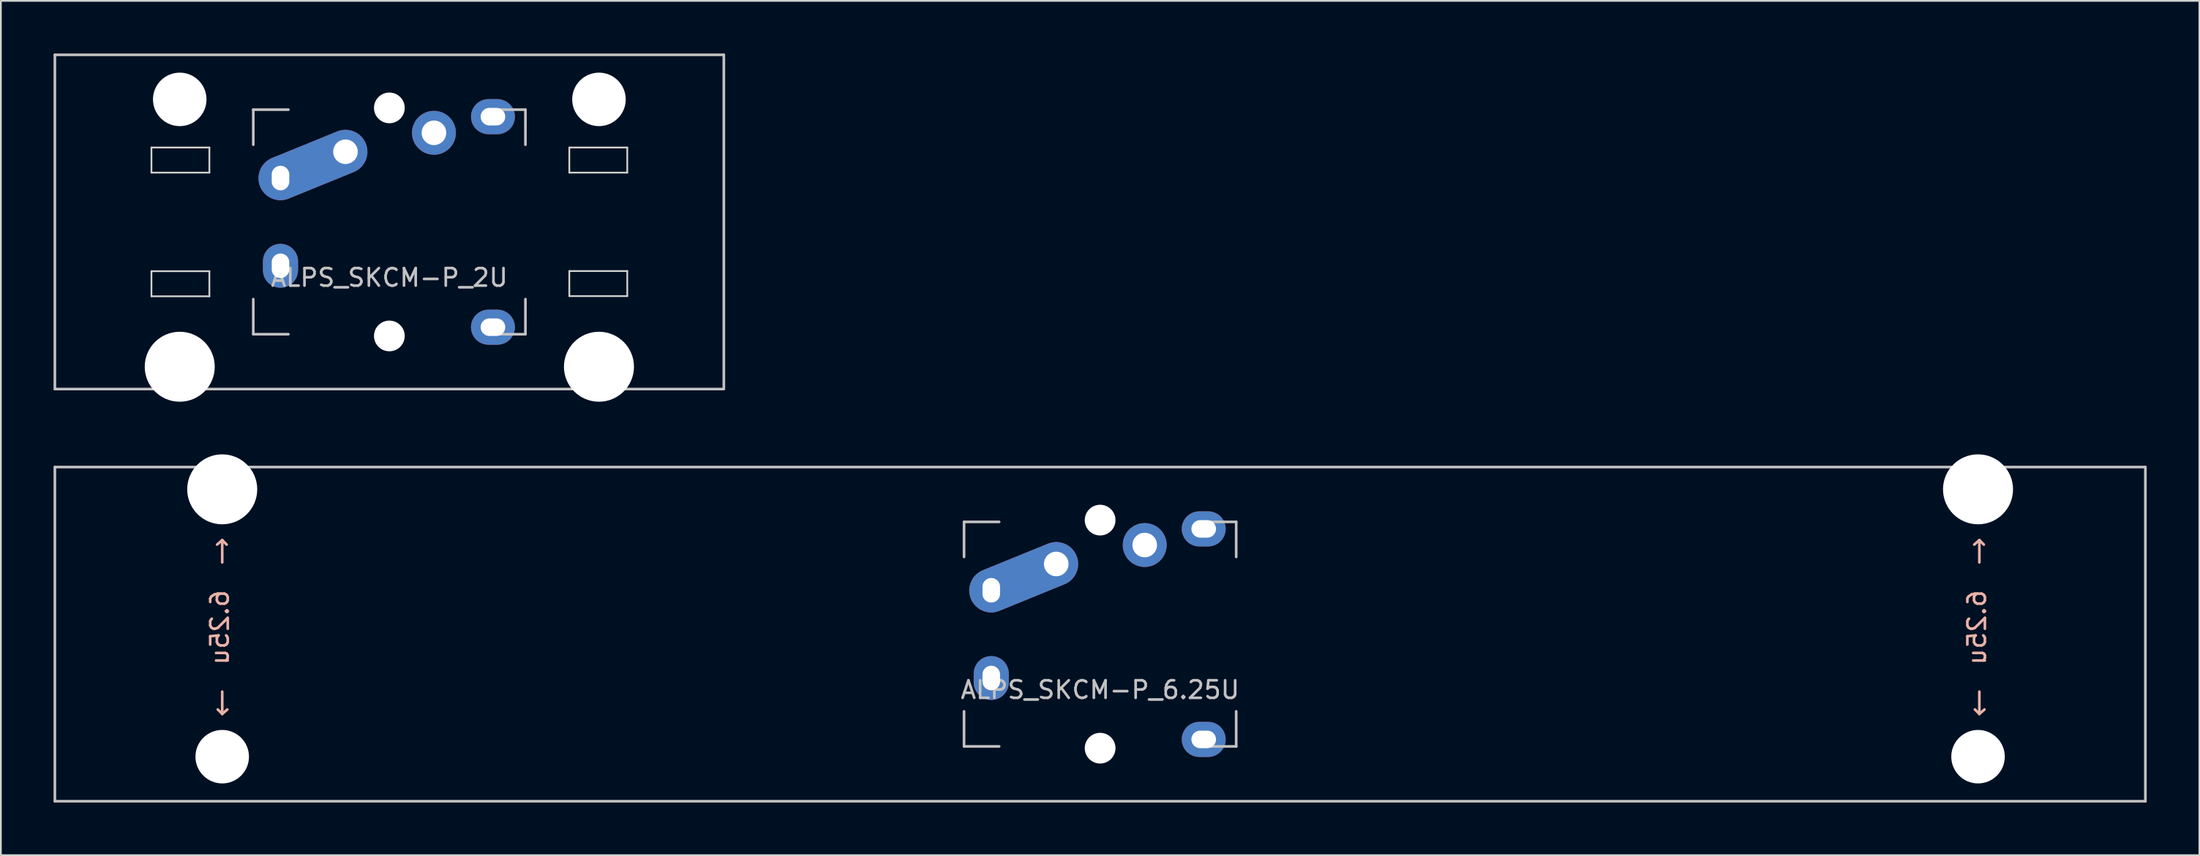
<source format=kicad_pcb>
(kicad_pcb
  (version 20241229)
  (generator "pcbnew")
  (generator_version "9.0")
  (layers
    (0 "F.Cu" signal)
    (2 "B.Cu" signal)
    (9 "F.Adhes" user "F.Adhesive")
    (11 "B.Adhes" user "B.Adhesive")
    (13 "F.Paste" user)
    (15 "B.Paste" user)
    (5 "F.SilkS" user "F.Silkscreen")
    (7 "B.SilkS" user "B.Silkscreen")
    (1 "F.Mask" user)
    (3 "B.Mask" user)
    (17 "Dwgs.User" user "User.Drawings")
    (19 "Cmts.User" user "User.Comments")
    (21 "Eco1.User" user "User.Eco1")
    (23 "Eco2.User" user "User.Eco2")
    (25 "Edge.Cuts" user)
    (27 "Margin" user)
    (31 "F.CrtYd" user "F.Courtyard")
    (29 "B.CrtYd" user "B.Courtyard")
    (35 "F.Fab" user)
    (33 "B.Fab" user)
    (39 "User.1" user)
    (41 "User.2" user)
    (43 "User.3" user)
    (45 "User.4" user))
  (footprint "ALPS_SKCM-P_2U"
    (layer "F.Cu")
    (at 19.125 9.6)
    (property "Reference" "ALPS_SKCM-P_2U" (at 0 3.175 0) (layer "Dwgs.User") (effects (font (size 1 1) (thickness 0.15))))
    (attr through_hole)
    (fp_line (start -19.05 -9.525) (end 19.05 -9.525) (stroke (width 0.15) (type solid)) (layer "Dwgs.User"))
    (fp_line (start -19.05 9.525) (end -19.05 -9.525) (stroke (width 0.15) (type solid)) (layer "Dwgs.User"))
    (fp_line (start -19.05 9.525) (end 19.05 9.525) (stroke (width 0.15) (type solid)) (layer "Dwgs.User"))
    (fp_line (start -7.75 -6.4) (end -5.75 -6.4) (stroke (width 0.15) (type solid)) (layer "Dwgs.User"))
    (fp_line (start -7.75 -4.4) (end -7.75 -6.4) (stroke (width 0.15) (type solid)) (layer "Dwgs.User"))
    (fp_line (start -7.75 6.4) (end -7.75 4.4) (stroke (width 0.15) (type solid)) (layer "Dwgs.User"))
    (fp_line (start -7.75 6.4) (end -5.75 6.4) (stroke (width 0.15) (type solid)) (layer "Dwgs.User"))
    (fp_line (start 5.75 -6.4) (end 7.75 -6.4) (stroke (width 0.15) (type solid)) (layer "Dwgs.User"))
    (fp_line (start 5.75 6.4) (end 7.75 6.4) (stroke (width 0.15) (type solid)) (layer "Dwgs.User"))
    (fp_line (start 7.75 -4.4) (end 7.75 -6.4) (stroke (width 0.15) (type solid)) (layer "Dwgs.User"))
    (fp_line (start 7.75 6.4) (end 7.75 4.4) (stroke (width 0.15) (type solid)) (layer "Dwgs.User"))
    (fp_line (start 19.05 -9.525) (end 19.05 9.525) (stroke (width 0.15) (type solid)) (layer "Dwgs.User"))
    (fp_line (start -13.55 -4.24) (end -13.55 -2.81) (stroke (width 0.1) (type solid)) (layer "Edge.Cuts"))
    (fp_line (start -13.55 4.24) (end -13.55 2.81) (stroke (width 0.1) (type solid)) (layer "Edge.Cuts"))
    (fp_line (start -10.25 -4.24) (end -13.55 -4.24) (stroke (width 0.1) (type solid)) (layer "Edge.Cuts"))
    (fp_line (start -10.25 -4.24) (end -10.25 -2.81) (stroke (width 0.1) (type solid)) (layer "Edge.Cuts"))
    (fp_line (start -10.25 -2.81) (end -13.55 -2.81) (stroke (width 0.1) (type solid)) (layer "Edge.Cuts"))
    (fp_line (start -10.25 2.81) (end -13.55 2.81) (stroke (width 0.1) (type solid)) (layer "Edge.Cuts"))
    (fp_line (start -10.25 4.24) (end -13.55 4.24) (stroke (width 0.1) (type solid)) (layer "Edge.Cuts"))
    (fp_line (start -10.25 4.24) (end -10.25 2.81) (stroke (width 0.1) (type solid)) (layer "Edge.Cuts"))
    (fp_line (start 10.25 -4.24) (end 10.25 -2.81) (stroke (width 0.1) (type solid)) (layer "Edge.Cuts"))
    (fp_line (start 10.25 -4.24) (end 13.55 -4.24) (stroke (width 0.1) (type solid)) (layer "Edge.Cuts"))
    (fp_line (start 10.25 -2.81) (end 13.55 -2.81) (stroke (width 0.1) (type solid)) (layer "Edge.Cuts"))
    (fp_line (start 10.25 2.8) (end 13.55 2.8) (stroke (width 0.1) (type solid)) (layer "Edge.Cuts"))
    (fp_line (start 10.25 4.23) (end 10.25 2.8) (stroke (width 0.1) (type solid)) (layer "Edge.Cuts"))
    (fp_line (start 10.25 4.23) (end 13.55 4.23) (stroke (width 0.1) (type solid)) (layer "Edge.Cuts"))
    (fp_line (start 13.55 -4.24) (end 13.55 -2.81) (stroke (width 0.1) (type solid)) (layer "Edge.Cuts"))
    (fp_line (start 13.55 4.23) (end 13.55 2.8) (stroke (width 0.1) (type solid)) (layer "Edge.Cuts"))
    (pad "" np_thru_hole circle (at -11.938 -6.985) (size 3.048 3.048) (drill 3.048) (layers "*.Cu" "*.Mask"))
    (pad "" np_thru_hole circle (at -11.938 8.255) (size 3.988 3.988) (drill 3.988) (layers "*.Cu" "*.Mask"))
    (pad "" np_thru_hole circle (at 0 -6.5) (size 1.75 1.75) (drill 1.75) (layers "*.Cu" "*.Mask"))
    (pad "" np_thru_hole circle (at 0 6.5 90) (size 1.75 1.75) (drill 1.75) (layers "*.Cu" "*.Mask"))
    (pad "" np_thru_hole circle (at 11.938 -6.985) (size 3.048 3.048) (drill 3.048) (layers "*.Cu" "*.Mask"))
    (pad "" np_thru_hole circle (at 11.938 8.255) (size 3.988 3.988) (drill 3.988) (layers "*.Cu" "*.Mask"))
    (pad "1" thru_hole oval (at -6.2 -2.5 180) (size 2 2.5) (drill oval 1 1.4) (layers "*.Cu" "*.Mask"))
    (pad "1" thru_hole oval (at -2.5 -4 22.2) (size 6.5 2.5) (drill 1.4 (offset -2 0)) (layers "*.Cu" "*.Mask"))
    (pad "2" thru_hole oval (at -6.2 2.5 90) (size 2.5 2) (drill oval 1.4 1) (layers "*.Cu" "*.Mask"))
    (pad "2" thru_hole circle (at 2.54 -5.08 270) (size 2.5 2.5) (drill 1.4) (layers "*.Cu" "*.Mask"))
    (pad "NC" thru_hole oval (at 5.9 -6 180) (size 2.5 2) (drill oval 1.4 1) (layers "*.Cu" "*.Mask"))
    (pad "NC" thru_hole oval (at 5.9 6 180) (size 2.5 2) (drill oval 1.4 1) (layers "*.Cu" "*.Mask")))
  (footprint "ALPS_SKCM-P_6.25U"
    (layer "F.Cu")
    (at 59.606 33.098)
    (property "Reference" "ALPS_SKCM-P_6.25U" (at 0 3.175 0) (layer "Dwgs.User") (effects (font (size 1 1) (thickness 0.15))))
    (attr through_hole)
    (fp_line (start -50 -5.359) (end -50.292 -5.105) (stroke (width 0.15) (type solid)) (layer "B.SilkS"))
    (fp_line (start -50 -5.359) (end -50 -4.089) (stroke (width 0.15) (type solid)) (layer "B.SilkS"))
    (fp_line (start -50 -5.359) (end -49.746 -5.105) (stroke (width 0.15) (type solid)) (layer "B.SilkS"))
    (fp_line (start -50 4.547) (end -50.254 4.293) (stroke (width 0.15) (type solid)) (layer "B.SilkS"))
    (fp_line (start -50 4.547) (end -50 3.277) (stroke (width 0.15) (type solid)) (layer "B.SilkS"))
    (fp_line (start -50 4.547) (end -49.708 4.293) (stroke (width 0.15) (type solid)) (layer "B.SilkS"))
    (fp_line (start 50.076 -5.359) (end 49.784 -5.105) (stroke (width 0.15) (type solid)) (layer "B.SilkS"))
    (fp_line (start 50.076 -5.359) (end 50.076 -4.089) (stroke (width 0.15) (type solid)) (layer "B.SilkS"))
    (fp_line (start 50.076 -5.359) (end 50.33 -5.105) (stroke (width 0.15) (type solid)) (layer "B.SilkS"))
    (fp_line (start 50.076 4.547) (end 49.822 4.293) (stroke (width 0.15) (type solid)) (layer "B.SilkS"))
    (fp_line (start 50.076 4.547) (end 50.076 3.277) (stroke (width 0.15) (type solid)) (layer "B.SilkS"))
    (fp_line (start 50.076 4.547) (end 50.368 4.293) (stroke (width 0.15) (type solid)) (layer "B.SilkS"))
    (fp_line (start -59.531 -9.525) (end 59.531 -9.525) (stroke (width 0.15) (type solid)) (layer "Dwgs.User"))
    (fp_line (start -59.531 9.525) (end -59.531 -9.525) (stroke (width 0.15) (type solid)) (layer "Dwgs.User"))
    (fp_line (start -59.531 9.525) (end 59.531 9.525) (stroke (width 0.15) (type solid)) (layer "Dwgs.User"))
    (fp_line (start -7.75 -6.4) (end -5.75 -6.4) (stroke (width 0.15) (type solid)) (layer "Dwgs.User"))
    (fp_line (start -7.75 -4.4) (end -7.75 -6.4) (stroke (width 0.15) (type solid)) (layer "Dwgs.User"))
    (fp_line (start -7.75 6.4) (end -7.75 4.4) (stroke (width 0.15) (type solid)) (layer "Dwgs.User"))
    (fp_line (start -7.75 6.4) (end -5.75 6.4) (stroke (width 0.15) (type solid)) (layer "Dwgs.User"))
    (fp_line (start 5.75 -6.4) (end 7.75 -6.4) (stroke (width 0.15) (type solid)) (layer "Dwgs.User"))
    (fp_line (start 5.75 6.4) (end 7.75 6.4) (stroke (width 0.15) (type solid)) (layer "Dwgs.User"))
    (fp_line (start 7.75 -4.4) (end 7.75 -6.4) (stroke (width 0.15) (type solid)) (layer "Dwgs.User"))
    (fp_line (start 7.75 6.4) (end 7.75 4.4) (stroke (width 0.15) (type solid)) (layer "Dwgs.User"))
    (fp_line (start 59.531 -9.525) (end 59.531 9.525) (stroke (width 0.15) (type solid)) (layer "Dwgs.User"))
    (fp_text user "6.25u" (at -50.14 -0.381 90) (layer "B.SilkS") (effects (font (size 1 1) (thickness 0.15)) (justify mirror)))
    (fp_text user "6.25u" (at 49.936 -0.381 90) (layer "B.SilkS") (effects (font (size 1 1) (thickness 0.15)) (justify mirror)))
    (pad "" np_thru_hole circle (at -50 -8.255) (size 3.988 3.988) (drill 3.988) (layers "*.Cu" "*.Mask"))
    (pad "" np_thru_hole circle (at -50 6.985) (size 3.048 3.048) (drill 3.048) (layers "*.Cu" "*.Mask"))
    (pad "" np_thru_hole circle (at 0 -6.5) (size 1.75 1.75) (drill 1.75) (layers "*.Cu" "*.Mask"))
    (pad "" np_thru_hole circle (at 0 6.5 90) (size 1.75 1.75) (drill 1.75) (layers "*.Cu" "*.Mask"))
    (pad "" np_thru_hole circle (at 50 -8.255) (size 3.988 3.988) (drill 3.988) (layers "*.Cu" "*.Mask"))
    (pad "" np_thru_hole circle (at 50 6.985) (size 3.048 3.048) (drill 3.048) (layers "*.Cu" "*.Mask"))
    (pad "1" thru_hole oval (at -6.2 -2.5 180) (size 2 2.5) (drill oval 1 1.4) (layers "*.Cu" "*.Mask"))
    (pad "1" thru_hole oval (at -2.5 -4 22.2) (size 6.5 2.5) (drill 1.4 (offset -2 0)) (layers "*.Cu" "*.Mask"))
    (pad "2" thru_hole oval (at -6.2 2.5 90) (size 2.5 2) (drill oval 1.4 1) (layers "*.Cu" "*.Mask"))
    (pad "2" thru_hole circle (at 2.54 -5.08 270) (size 2.5 2.5) (drill 1.4) (layers "*.Cu" "*.Mask"))
    (pad "3" thru_hole oval (at 5.9 -6 180) (size 2.5 2) (drill oval 1.4 1) (layers "*.Cu" "*.Mask"))
    (pad "NC" thru_hole oval (at 5.9 6 180) (size 2.5 2) (drill oval 1.4 1) (layers "*.Cu" "*.Mask")))
  (gr_rect
    (start -3 -3)
    (end 122.213 45.698)
    (stroke (width 0.1) (type default))
    (fill no)
    (layer "Edge.Cuts")))
</source>
